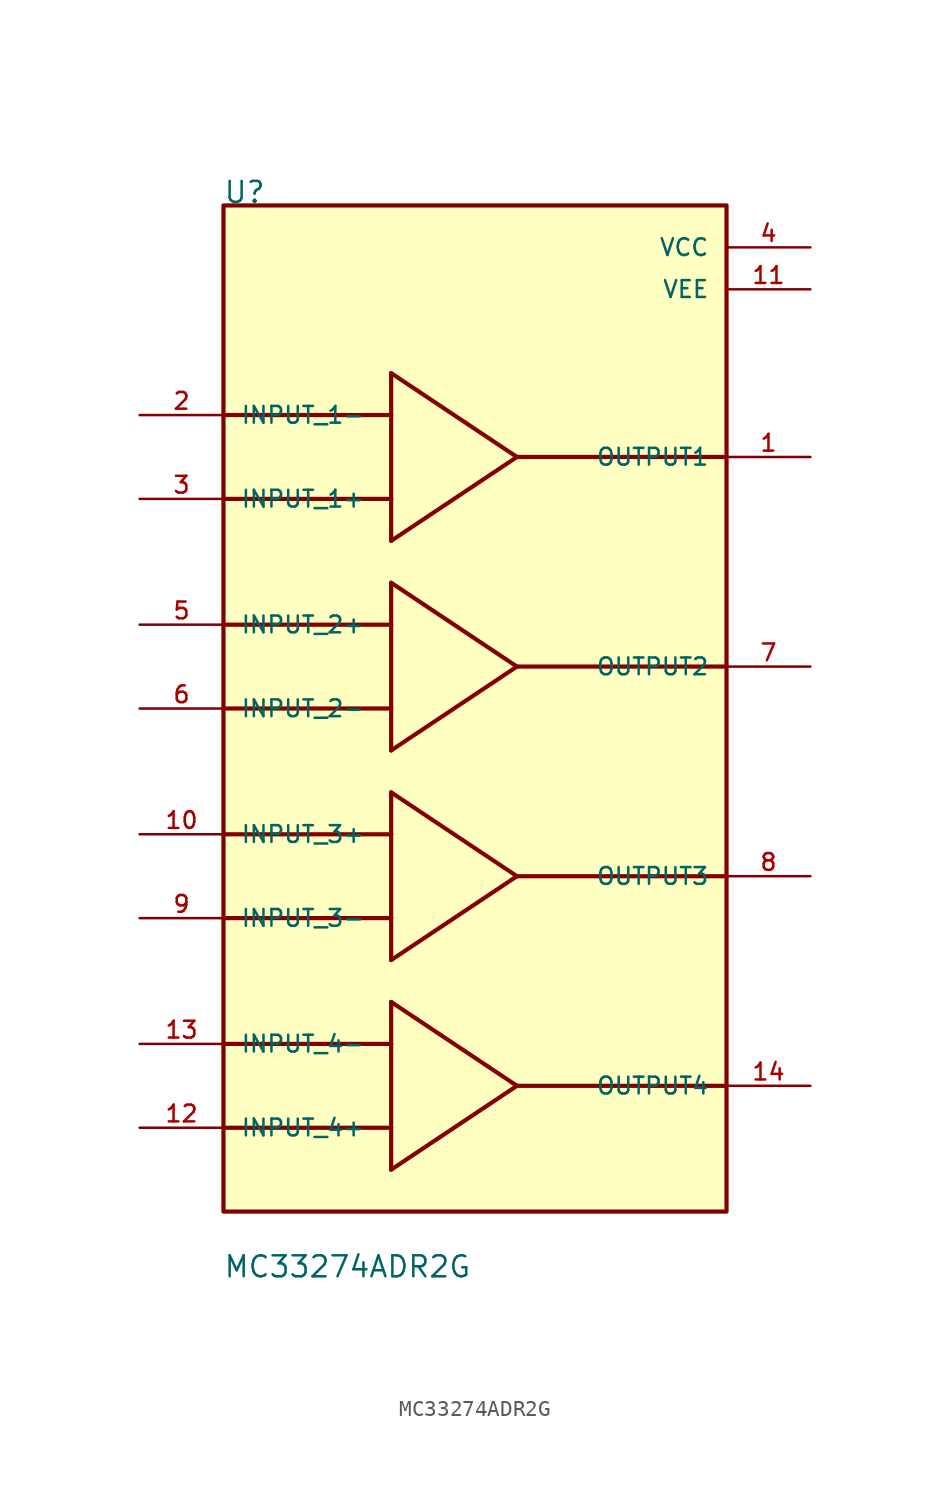
<source format=kicad_sym>
(kicad_symbol_lib
  (version 20211014)
  (generator kicad_symbol_editor)
  (symbol "MC33274ADR2G"
    (pin_names
      (offset 1.016))
    (property "Reference" "U"
      (at -15.268 30.537 0)
      (effects (font (size 1.27 1.27)) (justify bottom left)))
    (property "Value" "MC33274ADR2G"
      (at -15.266 -33.076 0.0)
      (effects (font (size 1.27 1.27)) (justify top left)))
    (symbol "MC33274ADR2G_0_0"
      (polyline (pts (xy -5.08 20.32) (xy -5.08 17.78)) (stroke (width 0.254)))
      (polyline (pts (xy -5.08 17.78) (xy -5.08 12.7)) (stroke (width 0.254)))
      (polyline (pts (xy -5.08 12.7) (xy -5.08 10.16)) (stroke (width 0.254)))
      (polyline (pts (xy -5.08 20.32) (xy 2.54 15.24)) (stroke (width 0.254)))
      (polyline (pts (xy 2.54 15.24) (xy -5.08 10.16)) (stroke (width 0.254)))
      (polyline (pts (xy -15.24 17.78) (xy -5.08 17.78)) (stroke (width 0.254)))
      (polyline (pts (xy -15.24 12.7) (xy -5.08 12.7)) (stroke (width 0.254)))
      (polyline (pts (xy 2.54 15.24) (xy 15.24 15.24)) (stroke (width 0.254)))
      (polyline (pts (xy -5.08 7.62) (xy -5.08 5.08)) (stroke (width 0.254)))
      (polyline (pts (xy -5.08 5.08) (xy -5.08 0.0)) (stroke (width 0.254)))
      (polyline (pts (xy -5.08 0.0) (xy -5.08 -2.54)) (stroke (width 0.254)))
      (polyline (pts (xy -5.08 7.62) (xy 2.54 2.54)) (stroke (width 0.254)))
      (polyline (pts (xy 2.54 2.54) (xy -5.08 -2.54)) (stroke (width 0.254)))
      (polyline (pts (xy -15.24 5.08) (xy -5.08 5.08)) (stroke (width 0.254)))
      (polyline (pts (xy -15.24 0.0) (xy -5.08 0.0)) (stroke (width 0.254)))
      (polyline (pts (xy 2.54 2.54) (xy 15.24 2.54)) (stroke (width 0.254)))
      (polyline (pts (xy -5.08 -5.08) (xy -5.08 -7.62)) (stroke (width 0.254)))
      (polyline (pts (xy -5.08 -7.62) (xy -5.08 -12.7)) (stroke (width 0.254)))
      (polyline (pts (xy -5.08 -12.7) (xy -5.08 -15.24)) (stroke (width 0.254)))
      (polyline (pts (xy -5.08 -5.08) (xy 2.54 -10.16)) (stroke (width 0.254)))
      (polyline (pts (xy 2.54 -10.16) (xy -5.08 -15.24)) (stroke (width 0.254)))
      (polyline (pts (xy -15.24 -7.62) (xy -5.08 -7.62)) (stroke (width 0.254)))
      (polyline (pts (xy -15.24 -12.7) (xy -5.08 -12.7)) (stroke (width 0.254)))
      (polyline (pts (xy 2.54 -10.16) (xy 15.24 -10.16)) (stroke (width 0.254)))
      (polyline (pts (xy -5.08 -17.78) (xy -5.08 -20.32)) (stroke (width 0.254)))
      (polyline (pts (xy -5.08 -20.32) (xy -5.08 -25.4)) (stroke (width 0.254)))
      (polyline (pts (xy -5.08 -25.4) (xy -5.08 -27.94)) (stroke (width 0.254)))
      (polyline (pts (xy -5.08 -17.78) (xy 2.54 -22.86)) (stroke (width 0.254)))
      (polyline (pts (xy 2.54 -22.86) (xy -5.08 -27.94)) (stroke (width 0.254)))
      (polyline (pts (xy -15.24 -20.32) (xy -5.08 -20.32)) (stroke (width 0.254)))
      (polyline (pts (xy -15.24 -25.4) (xy -5.08 -25.4)) (stroke (width 0.254)))
      (polyline (pts (xy 2.54 -22.86) (xy 15.24 -22.86)) (stroke (width 0.254)))
      (rectangle (start -15.24 -30.48) (end 15.24 30.48) (stroke (width 0.254)) (fill (type background)))
      (pin input line (at -20.32 17.78 0) (length 5.08) (name "INPUT_1-" (effects (font (size 1.016 1.016)))) (number "2" (effects (font (size 1.016 1.016)))))
      (pin input line (at -20.32 0.0 0) (length 5.08) (name "INPUT_2-" (effects (font (size 1.016 1.016)))) (number "6" (effects (font (size 1.016 1.016)))))
      (pin input line (at -20.32 -12.7 0) (length 5.08) (name "INPUT_3-" (effects (font (size 1.016 1.016)))) (number "9" (effects (font (size 1.016 1.016)))))
      (pin input line (at -20.32 -20.32 0) (length 5.08) (name "INPUT_4-" (effects (font (size 1.016 1.016)))) (number "13" (effects (font (size 1.016 1.016)))))
      (pin input line (at -20.32 12.7 0) (length 5.08) (name "INPUT_1+" (effects (font (size 1.016 1.016)))) (number "3" (effects (font (size 1.016 1.016)))))
      (pin input line (at -20.32 5.08 0) (length 5.08) (name "INPUT_2+" (effects (font (size 1.016 1.016)))) (number "5" (effects (font (size 1.016 1.016)))))
      (pin input line (at -20.32 -7.62 0) (length 5.08) (name "INPUT_3+" (effects (font (size 1.016 1.016)))) (number "10" (effects (font (size 1.016 1.016)))))
      (pin input line (at -20.32 -25.4 0) (length 5.08) (name "INPUT_4+" (effects (font (size 1.016 1.016)))) (number "12" (effects (font (size 1.016 1.016)))))
      (pin output line (at 20.32 15.24 180.0) (length 5.08) (name "OUTPUT1" (effects (font (size 1.016 1.016)))) (number "1" (effects (font (size 1.016 1.016)))))
      (pin output line (at 20.32 2.54 180.0) (length 5.08) (name "OUTPUT2" (effects (font (size 1.016 1.016)))) (number "7" (effects (font (size 1.016 1.016)))))
      (pin output line (at 20.32 -10.16 180.0) (length 5.08) (name "OUTPUT3" (effects (font (size 1.016 1.016)))) (number "8" (effects (font (size 1.016 1.016)))))
      (pin output line (at 20.32 -22.86 180.0) (length 5.08) (name "OUTPUT4" (effects (font (size 1.016 1.016)))) (number "14" (effects (font (size 1.016 1.016)))))
      (pin power_in line (at 20.32 27.94 180.0) (length 5.08) (name "VCC" (effects (font (size 1.016 1.016)))) (number "4" (effects (font (size 1.016 1.016)))))
      (pin power_in line (at 20.32 25.4 180.0) (length 5.08) (name "VEE" (effects (font (size 1.016 1.016)))) (number "11" (effects (font (size 1.016 1.016))))))))
</source>
